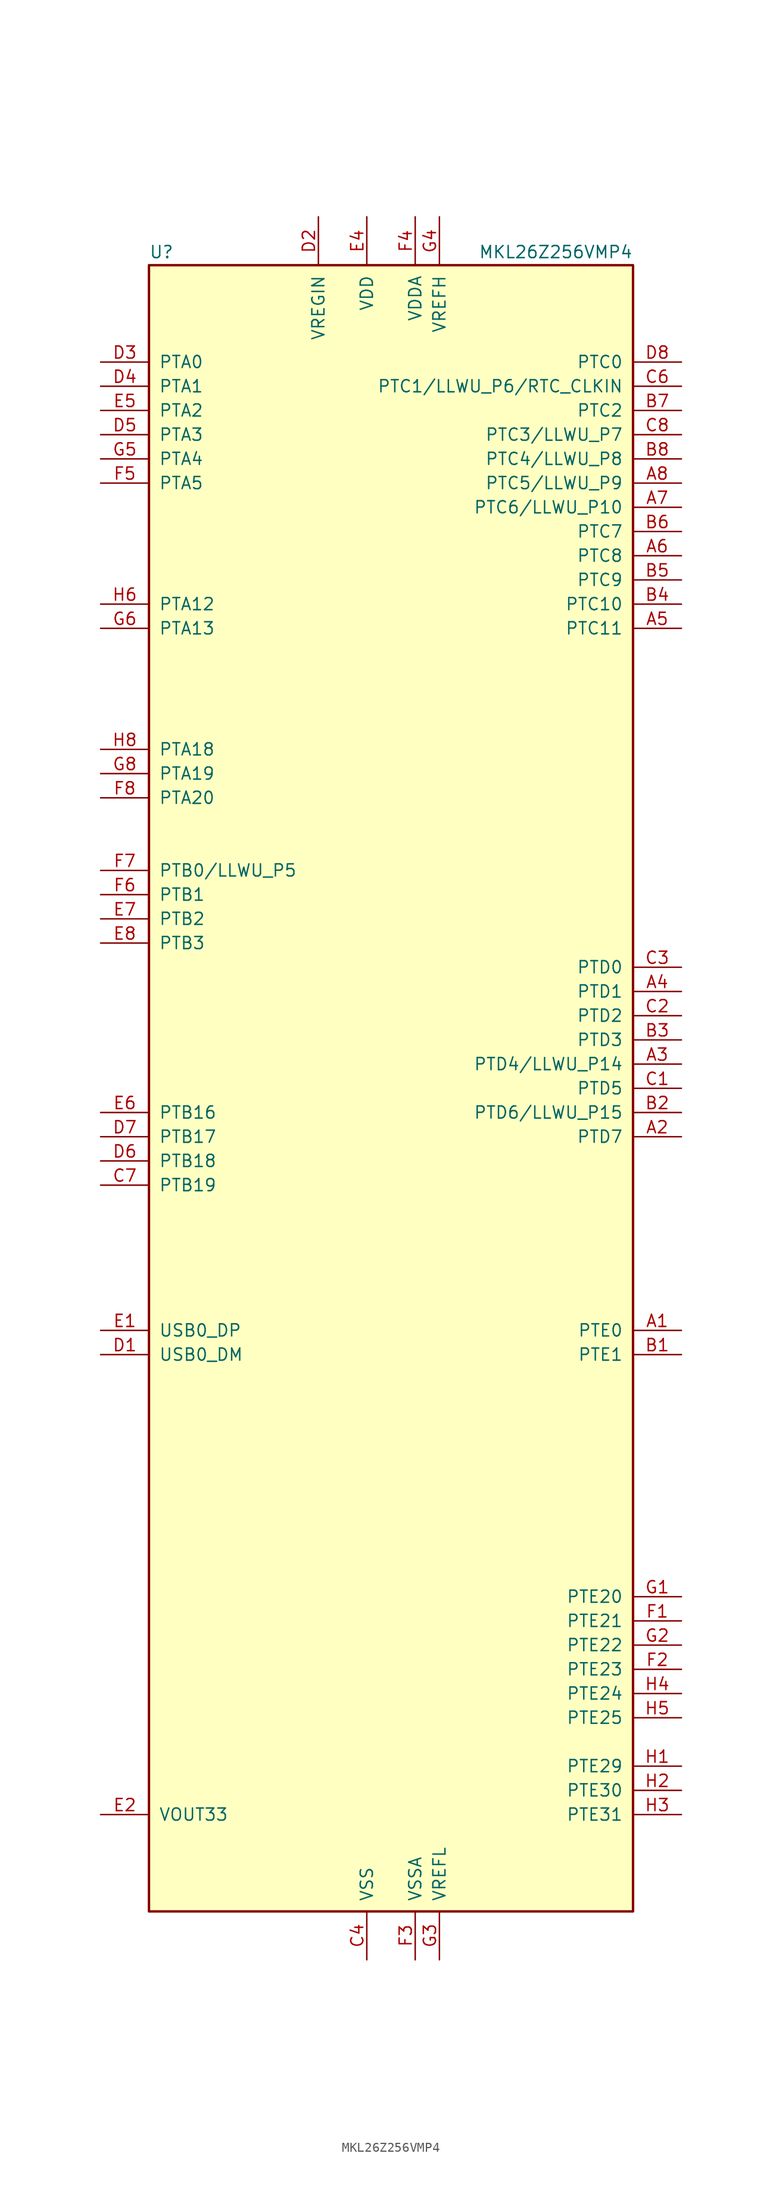
<source format=kicad_sym>
(kicad_symbol_lib
  (version 20200908)
  (generator kicad_symbol_editor)
  (symbol "MCU_NXP_Kinetis:MKL26Z256VMP4"
    (pin_names
      (offset 1.016))
    (property "Reference" "U"
      (at -25.4 86.995 0)
      (effects (font (size 1.27 1.27)) (justify left bottom)))
    (property "Value" "MKL26Z256VMP4"
      (at 25.4 86.995 0)
      (effects (font (size 1.27 1.27)) (justify right bottom)))
    (symbol "MKL26Z256VMP4_0_1"
      (rectangle (start -25.4 86.36) (end 25.4 -86.36) (stroke (width 0.254)) (fill (type background))))
    (symbol "MKL26Z256VMP4_1_1"
      (pin bidirectional line (at 30.48 -25.4 180) (length 5.08) (name "PTE0" (effects (font (size 1.27 1.27)))) (number "A1" (effects (font (size 1.27 1.27)))))
      (pin bidirectional line (at 30.48 -5.08 180) (length 5.08) (name "PTD7" (effects (font (size 1.27 1.27)))) (number "A2" (effects (font (size 1.27 1.27)))))
      (pin bidirectional line (at 30.48 2.54 180) (length 5.08) (name "PTD4/LLWU_P14" (effects (font (size 1.27 1.27)))) (number "A3" (effects (font (size 1.27 1.27)))))
      (pin bidirectional line (at 30.48 10.16 180) (length 5.08) (name "PTD1" (effects (font (size 1.27 1.27)))) (number "A4" (effects (font (size 1.27 1.27)))))
      (pin bidirectional line (at 30.48 48.26 180) (length 5.08) (name "PTC11" (effects (font (size 1.27 1.27)))) (number "A5" (effects (font (size 1.27 1.27)))))
      (pin bidirectional line (at 30.48 55.88 180) (length 5.08) (name "PTC8" (effects (font (size 1.27 1.27)))) (number "A6" (effects (font (size 1.27 1.27)))))
      (pin bidirectional line (at 30.48 60.96 180) (length 5.08) (name "PTC6/LLWU_P10" (effects (font (size 1.27 1.27)))) (number "A7" (effects (font (size 1.27 1.27)))))
      (pin bidirectional line (at 30.48 63.5 180) (length 5.08) (name "PTC5/LLWU_P9" (effects (font (size 1.27 1.27)))) (number "A8" (effects (font (size 1.27 1.27)))))
      (pin bidirectional line (at 30.48 -27.94 180) (length 5.08) (name "PTE1" (effects (font (size 1.27 1.27)))) (number "B1" (effects (font (size 1.27 1.27)))))
      (pin bidirectional line (at 30.48 -2.54 180) (length 5.08) (name "PTD6/LLWU_P15" (effects (font (size 1.27 1.27)))) (number "B2" (effects (font (size 1.27 1.27)))))
      (pin bidirectional line (at 30.48 5.08 180) (length 5.08) (name "PTD3" (effects (font (size 1.27 1.27)))) (number "B3" (effects (font (size 1.27 1.27)))))
      (pin bidirectional line (at 30.48 50.8 180) (length 5.08) (name "PTC10" (effects (font (size 1.27 1.27)))) (number "B4" (effects (font (size 1.27 1.27)))))
      (pin bidirectional line (at 30.48 53.34 180) (length 5.08) (name "PTC9" (effects (font (size 1.27 1.27)))) (number "B5" (effects (font (size 1.27 1.27)))))
      (pin bidirectional line (at 30.48 58.42 180) (length 5.08) (name "PTC7" (effects (font (size 1.27 1.27)))) (number "B6" (effects (font (size 1.27 1.27)))))
      (pin bidirectional line (at 30.48 71.12 180) (length 5.08) (name "PTC2" (effects (font (size 1.27 1.27)))) (number "B7" (effects (font (size 1.27 1.27)))))
      (pin bidirectional line (at 30.48 66.04 180) (length 5.08) (name "PTC4/LLWU_P8" (effects (font (size 1.27 1.27)))) (number "B8" (effects (font (size 1.27 1.27)))))
      (pin bidirectional line (at 30.48 0 180) (length 5.08) (name "PTD5" (effects (font (size 1.27 1.27)))) (number "C1" (effects (font (size 1.27 1.27)))))
      (pin bidirectional line (at 30.48 7.62 180) (length 5.08) (name "PTD2" (effects (font (size 1.27 1.27)))) (number "C2" (effects (font (size 1.27 1.27)))))
      (pin bidirectional line (at 30.48 12.7 180) (length 5.08) (name "PTD0" (effects (font (size 1.27 1.27)))) (number "C3" (effects (font (size 1.27 1.27)))))
      (pin power_in line (at -2.54 -91.44 90) (length 5.08) (name "VSS" (effects (font (size 1.27 1.27)))) (number "C4" (effects (font (size 1.27 1.27)))))
      (pin unconnected line (at -15.24 -86.36 90) (length 5.08) hide (name "NC" (effects (font (size 1.27 1.27)))) (number "C5" (effects (font (size 1.27 1.27)))))
      (pin bidirectional line (at 30.48 73.66 180) (length 5.08) (name "PTC1/LLWU_P6/RTC_CLKIN" (effects (font (size 1.27 1.27)))) (number "C6" (effects (font (size 1.27 1.27)))))
      (pin bidirectional line (at -30.48 -10.16 0) (length 5.08) (name "PTB19" (effects (font (size 1.27 1.27)))) (number "C7" (effects (font (size 1.27 1.27)))))
      (pin bidirectional line (at 30.48 68.58 180) (length 5.08) (name "PTC3/LLWU_P7" (effects (font (size 1.27 1.27)))) (number "C8" (effects (font (size 1.27 1.27)))))
      (pin bidirectional line (at -30.48 -27.94 0) (length 5.08) (name "USB0_DM" (effects (font (size 1.27 1.27)))) (number "D1" (effects (font (size 1.27 1.27)))))
      (pin power_in line (at -7.62 91.44 270) (length 5.08) (name "VREGIN" (effects (font (size 1.27 1.27)))) (number "D2" (effects (font (size 1.27 1.27)))))
      (pin bidirectional line (at -30.48 76.2 0) (length 5.08) (name "PTA0" (effects (font (size 1.27 1.27)))) (number "D3" (effects (font (size 1.27 1.27)))))
      (pin bidirectional line (at -30.48 73.66 0) (length 5.08) (name "PTA1" (effects (font (size 1.27 1.27)))) (number "D4" (effects (font (size 1.27 1.27)))))
      (pin bidirectional line (at -30.48 68.58 0) (length 5.08) (name "PTA3" (effects (font (size 1.27 1.27)))) (number "D5" (effects (font (size 1.27 1.27)))))
      (pin bidirectional line (at -30.48 -7.62 0) (length 5.08) (name "PTB18" (effects (font (size 1.27 1.27)))) (number "D6" (effects (font (size 1.27 1.27)))))
      (pin bidirectional line (at -30.48 -5.08 0) (length 5.08) (name "PTB17" (effects (font (size 1.27 1.27)))) (number "D7" (effects (font (size 1.27 1.27)))))
      (pin bidirectional line (at 30.48 76.2 180) (length 5.08) (name "PTC0" (effects (font (size 1.27 1.27)))) (number "D8" (effects (font (size 1.27 1.27)))))
      (pin bidirectional line (at -30.48 -25.4 0) (length 5.08) (name "USB0_DP" (effects (font (size 1.27 1.27)))) (number "E1" (effects (font (size 1.27 1.27)))))
      (pin power_out line (at -30.48 -76.2 0) (length 5.08) (name "VOUT33" (effects (font (size 1.27 1.27)))) (number "E2" (effects (font (size 1.27 1.27)))))
      (pin passive line (at -2.54 -91.44 90) (length 5.08) hide (name "VSS" (effects (font (size 1.27 1.27)))) (number "E3" (effects (font (size 1.27 1.27)))))
      (pin power_in line (at -2.54 91.44 270) (length 5.08) (name "VDD" (effects (font (size 1.27 1.27)))) (number "E4" (effects (font (size 1.27 1.27)))))
      (pin bidirectional line (at -30.48 71.12 0) (length 5.08) (name "PTA2" (effects (font (size 1.27 1.27)))) (number "E5" (effects (font (size 1.27 1.27)))))
      (pin bidirectional line (at -30.48 -2.54 0) (length 5.08) (name "PTB16" (effects (font (size 1.27 1.27)))) (number "E6" (effects (font (size 1.27 1.27)))))
      (pin bidirectional line (at -30.48 17.78 0) (length 5.08) (name "PTB2" (effects (font (size 1.27 1.27)))) (number "E7" (effects (font (size 1.27 1.27)))))
      (pin bidirectional line (at -30.48 15.24 0) (length 5.08) (name "PTB3" (effects (font (size 1.27 1.27)))) (number "E8" (effects (font (size 1.27 1.27)))))
      (pin bidirectional line (at 30.48 -55.88 180) (length 5.08) (name "PTE21" (effects (font (size 1.27 1.27)))) (number "F1" (effects (font (size 1.27 1.27)))))
      (pin bidirectional line (at 30.48 -60.96 180) (length 5.08) (name "PTE23" (effects (font (size 1.27 1.27)))) (number "F2" (effects (font (size 1.27 1.27)))))
      (pin power_in line (at 2.54 -91.44 90) (length 5.08) (name "VSSA" (effects (font (size 1.27 1.27)))) (number "F3" (effects (font (size 1.27 1.27)))))
      (pin power_in line (at 2.54 91.44 270) (length 5.08) (name "VDDA" (effects (font (size 1.27 1.27)))) (number "F4" (effects (font (size 1.27 1.27)))))
      (pin bidirectional line (at -30.48 63.5 0) (length 5.08) (name "PTA5" (effects (font (size 1.27 1.27)))) (number "F5" (effects (font (size 1.27 1.27)))))
      (pin bidirectional line (at -30.48 20.32 0) (length 5.08) (name "PTB1" (effects (font (size 1.27 1.27)))) (number "F6" (effects (font (size 1.27 1.27)))))
      (pin bidirectional line (at -30.48 22.86 0) (length 5.08) (name "PTB0/LLWU_P5" (effects (font (size 1.27 1.27)))) (number "F7" (effects (font (size 1.27 1.27)))))
      (pin bidirectional line (at -30.48 30.48 0) (length 5.08) (name "PTA20" (effects (font (size 1.27 1.27)))) (number "F8" (effects (font (size 1.27 1.27)))))
      (pin bidirectional line (at 30.48 -53.34 180) (length 5.08) (name "PTE20" (effects (font (size 1.27 1.27)))) (number "G1" (effects (font (size 1.27 1.27)))))
      (pin bidirectional line (at 30.48 -58.42 180) (length 5.08) (name "PTE22" (effects (font (size 1.27 1.27)))) (number "G2" (effects (font (size 1.27 1.27)))))
      (pin power_in line (at 5.08 -91.44 90) (length 5.08) (name "VREFL" (effects (font (size 1.27 1.27)))) (number "G3" (effects (font (size 1.27 1.27)))))
      (pin power_in line (at 5.08 91.44 270) (length 5.08) (name "VREFH" (effects (font (size 1.27 1.27)))) (number "G4" (effects (font (size 1.27 1.27)))))
      (pin bidirectional line (at -30.48 66.04 0) (length 5.08) (name "PTA4" (effects (font (size 1.27 1.27)))) (number "G5" (effects (font (size 1.27 1.27)))))
      (pin bidirectional line (at -30.48 48.26 0) (length 5.08) (name "PTA13" (effects (font (size 1.27 1.27)))) (number "G6" (effects (font (size 1.27 1.27)))))
      (pin passive line (at -2.54 91.44 270) (length 5.08) hide (name "VDD" (effects (font (size 1.27 1.27)))) (number "G7" (effects (font (size 1.27 1.27)))))
      (pin bidirectional line (at -30.48 33.02 0) (length 5.08) (name "PTA19" (effects (font (size 1.27 1.27)))) (number "G8" (effects (font (size 1.27 1.27)))))
      (pin bidirectional line (at 30.48 -71.12 180) (length 5.08) (name "PTE29" (effects (font (size 1.27 1.27)))) (number "H1" (effects (font (size 1.27 1.27)))))
      (pin bidirectional line (at 30.48 -73.66 180) (length 5.08) (name "PTE30" (effects (font (size 1.27 1.27)))) (number "H2" (effects (font (size 1.27 1.27)))))
      (pin bidirectional line (at 30.48 -76.2 180) (length 5.08) (name "PTE31" (effects (font (size 1.27 1.27)))) (number "H3" (effects (font (size 1.27 1.27)))))
      (pin bidirectional line (at 30.48 -63.5 180) (length 5.08) (name "PTE24" (effects (font (size 1.27 1.27)))) (number "H4" (effects (font (size 1.27 1.27)))))
      (pin bidirectional line (at 30.48 -66.04 180) (length 5.08) (name "PTE25" (effects (font (size 1.27 1.27)))) (number "H5" (effects (font (size 1.27 1.27)))))
      (pin bidirectional line (at -30.48 50.8 0) (length 5.08) (name "PTA12" (effects (font (size 1.27 1.27)))) (number "H6" (effects (font (size 1.27 1.27)))))
      (pin passive line (at -2.54 -91.44 90) (length 5.08) hide (name "VSS" (effects (font (size 1.27 1.27)))) (number "H7" (effects (font (size 1.27 1.27)))))
      (pin bidirectional line (at -30.48 35.56 0) (length 5.08) (name "PTA18" (effects (font (size 1.27 1.27)))) (number "H8" (effects (font (size 1.27 1.27))))))))
</source>
